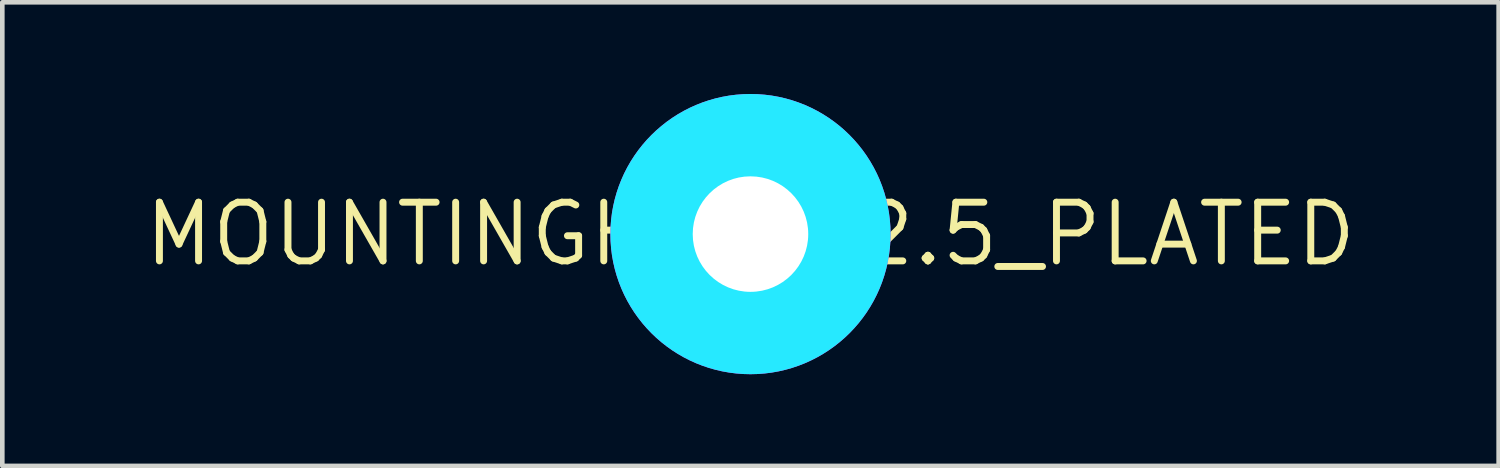
<source format=kicad_pcb>
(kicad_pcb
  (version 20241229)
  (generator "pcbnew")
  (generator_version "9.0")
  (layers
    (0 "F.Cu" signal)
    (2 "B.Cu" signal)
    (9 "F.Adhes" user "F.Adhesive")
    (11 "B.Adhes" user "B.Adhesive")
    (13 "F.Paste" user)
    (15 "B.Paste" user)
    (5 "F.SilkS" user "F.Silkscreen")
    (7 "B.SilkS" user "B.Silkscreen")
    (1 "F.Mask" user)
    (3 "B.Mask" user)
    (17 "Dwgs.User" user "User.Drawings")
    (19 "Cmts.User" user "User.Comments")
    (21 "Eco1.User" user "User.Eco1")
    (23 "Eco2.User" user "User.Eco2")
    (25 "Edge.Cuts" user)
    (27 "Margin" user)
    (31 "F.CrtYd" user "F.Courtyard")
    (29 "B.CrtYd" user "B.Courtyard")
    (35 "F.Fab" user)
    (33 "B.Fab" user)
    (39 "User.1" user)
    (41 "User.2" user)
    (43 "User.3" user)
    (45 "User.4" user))
  (footprint "MOUNTINGHOLE_2.5_PLATED"
    (layer "F.Cu")
    (at 13.191 2.016)
    (property "Reference" "MOUNTINGHOLE_2.5_PLATED" (at 0 0 0) (layer "F.SilkS") (effects (font (size 1.27 1.27) (thickness 0.15))))
    (fp_circle (center 0 0) (end 1.75 0) (stroke (width 0.152) (type solid)) (fill no) (layer "F.SilkS"))
    (fp_circle (center 0 0) (end 1 0) (stroke (width 2.032) (type solid)) (fill no) (layer "B.CrtYd"))
    (fp_circle (center 0 0) (end 1 0) (stroke (width 2.032) (type solid)) (fill no) (layer "F.CrtYd"))
    (pad "P$1" thru_hole circle (at 0 0) (size 3.2 3.2) (drill 2.5) (layers "*.Cu" "*.Mask"))
    (zone (net_name "") (layer "F.Cu") (hatch edge 0.5) (connect_pads) (min_thickness 0.25) (filled_areas_thickness no) (keepout (tracks not_allowed) (vias not_allowed) (pads not_allowed) (copperpour not_allowed) (footprints allowed)) (placement (enabled no)) (fill) (polygon (pts (xy 15.207 2.016) (xy 15.187 1.735) (xy 15.129 1.46) (xy 15.033 1.196) (xy 14.901 0.948) (xy 14.735 0.72) (xy 14.54 0.518) (xy 14.318 0.345) (xy 14.075 0.204) (xy 13.814 0.099) (xy 13.541 0.031) (xy 13.261 0.001) (xy 12.98 0.011) (xy 12.703 0.06) (xy 12.436 0.147) (xy 12.183 0.27) (xy 11.95 0.427) (xy 11.741 0.616) (xy 11.56 0.831) (xy 11.411 1.07) (xy 11.297 1.326) (xy 11.219 1.597) (xy 11.18 1.875) (xy 11.18 2.157) (xy 11.219 2.435) (xy 11.297 2.706) (xy 11.411 2.962) (xy 11.56 3.201) (xy 11.741 3.416) (xy 11.95 3.605) (xy 12.183 3.762) (xy 12.436 3.885) (xy 12.703 3.972) (xy 12.98 4.021) (xy 13.261 4.031) (xy 13.541 4.001) (xy 13.814 3.933) (xy 14.075 3.828) (xy 14.318 3.687) (xy 14.54 3.514) (xy 14.735 3.312) (xy 14.901 3.084) (xy 15.033 2.836) (xy 15.129 2.572) (xy 15.187 2.297))) (polygon (pts (xy 13.175 2.016) (xy 13.18 2.027) (xy 13.191 2.032) (xy 13.202 2.027) (xy 13.207 2.016) (xy 13.202 2.005) (xy 13.191 2) (xy 13.18 2.005))))
    (zone (net_name "") (layer "B.Cu") (hatch edge 0.5) (connect_pads) (min_thickness 0.25) (filled_areas_thickness no) (keepout (tracks not_allowed) (vias not_allowed) (pads not_allowed) (copperpour not_allowed) (footprints allowed)) (placement (enabled no)) (fill) (polygon (pts (xy 15.207 2.016) (xy 15.187 1.735) (xy 15.129 1.46) (xy 15.033 1.196) (xy 14.901 0.948) (xy 14.735 0.72) (xy 14.54 0.518) (xy 14.318 0.345) (xy 14.075 0.204) (xy 13.814 0.099) (xy 13.541 0.031) (xy 13.261 0.001) (xy 12.98 0.011) (xy 12.703 0.06) (xy 12.436 0.147) (xy 12.183 0.27) (xy 11.95 0.427) (xy 11.741 0.616) (xy 11.56 0.831) (xy 11.411 1.07) (xy 11.297 1.326) (xy 11.219 1.597) (xy 11.18 1.875) (xy 11.18 2.157) (xy 11.219 2.435) (xy 11.297 2.706) (xy 11.411 2.962) (xy 11.56 3.201) (xy 11.741 3.416) (xy 11.95 3.605) (xy 12.183 3.762) (xy 12.436 3.885) (xy 12.703 3.972) (xy 12.98 4.021) (xy 13.261 4.031) (xy 13.541 4.001) (xy 13.814 3.933) (xy 14.075 3.828) (xy 14.318 3.687) (xy 14.54 3.514) (xy 14.735 3.312) (xy 14.901 3.084) (xy 15.033 2.836) (xy 15.129 2.572) (xy 15.187 2.297))) (polygon (pts (xy 13.175 2.016) (xy 13.18 2.027) (xy 13.191 2.032) (xy 13.202 2.027) (xy 13.207 2.016) (xy 13.202 2.005) (xy 13.191 2) (xy 13.18 2.005)))))
  (gr_rect
    (start -3 -3)
    (end 29.382 7.032)
    (stroke (width 0.1) (type default))
    (fill no)
    (layer "Edge.Cuts")))
</source>
